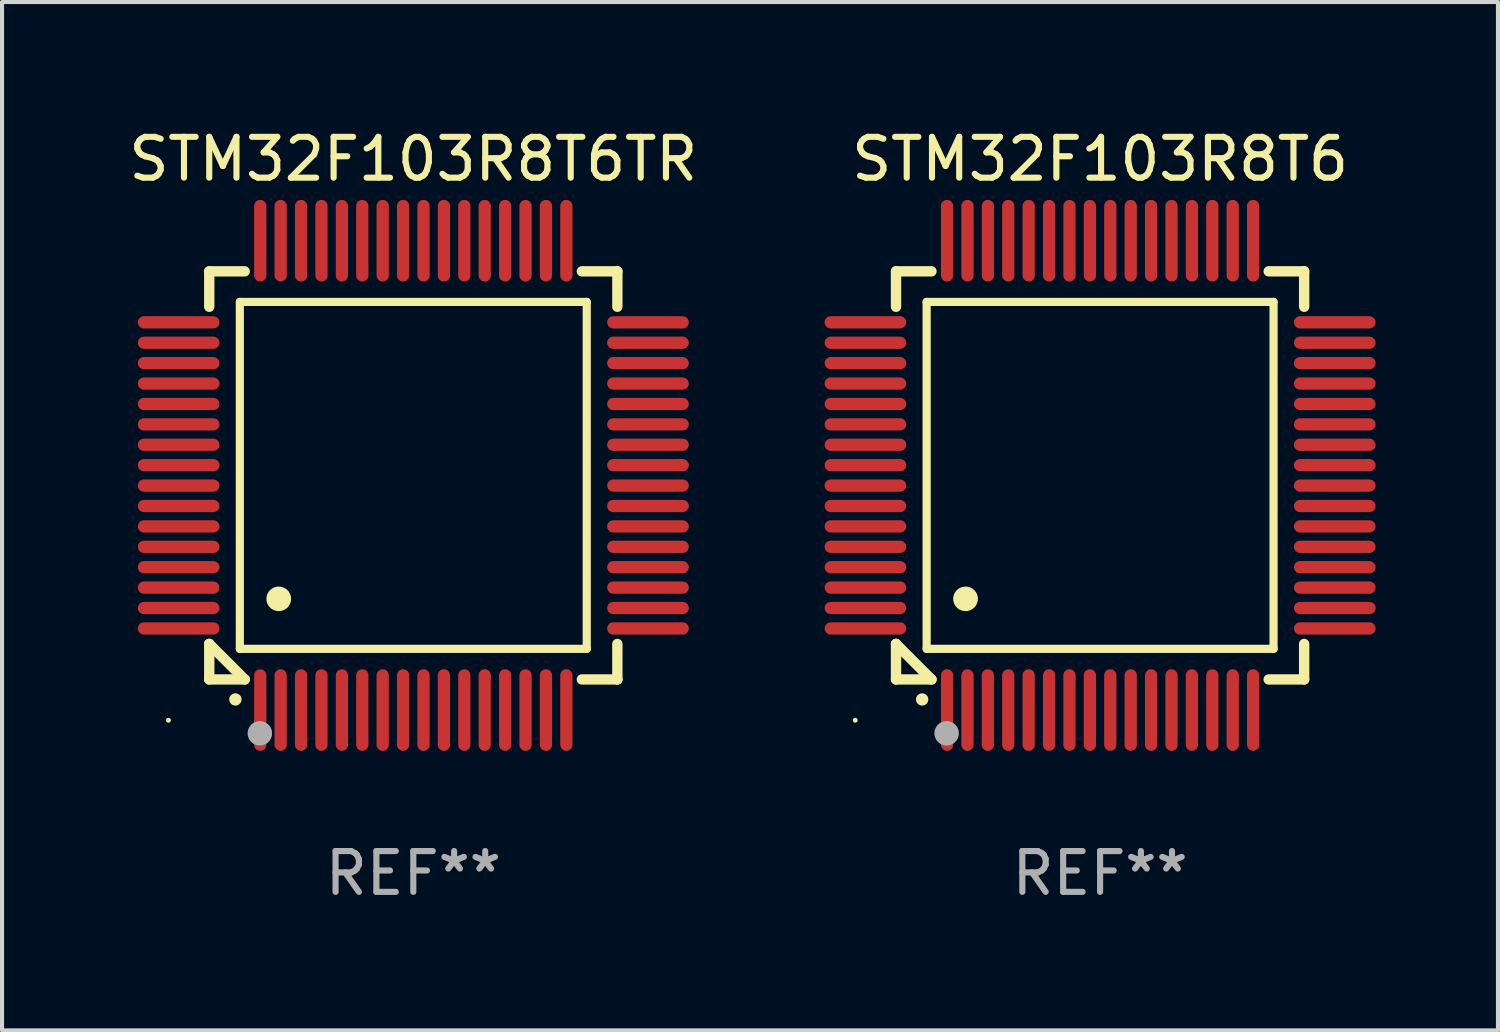
<source format=kicad_pcb>
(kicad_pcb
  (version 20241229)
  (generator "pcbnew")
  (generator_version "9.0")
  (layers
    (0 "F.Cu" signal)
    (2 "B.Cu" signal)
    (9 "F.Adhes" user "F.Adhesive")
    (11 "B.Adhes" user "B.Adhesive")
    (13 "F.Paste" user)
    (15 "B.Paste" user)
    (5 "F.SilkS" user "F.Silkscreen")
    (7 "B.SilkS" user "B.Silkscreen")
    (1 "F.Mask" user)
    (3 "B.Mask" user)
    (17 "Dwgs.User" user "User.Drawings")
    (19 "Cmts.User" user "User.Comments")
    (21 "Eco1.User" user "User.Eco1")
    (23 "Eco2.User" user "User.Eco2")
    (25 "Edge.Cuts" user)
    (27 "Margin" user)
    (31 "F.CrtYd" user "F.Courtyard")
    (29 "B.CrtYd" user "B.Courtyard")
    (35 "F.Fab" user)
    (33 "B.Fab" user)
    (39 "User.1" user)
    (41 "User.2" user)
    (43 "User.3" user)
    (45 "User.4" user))
  (footprint "STM32F103R8T6TR"
    (layer "F.Cu")
    (at 7.077 8.598)
    (property "Reference" "STM32F103R8T6TR" (at 0 -7.75 0) (layer "F.SilkS") (effects (font (size 1 1) (thickness 0.15))))
    (attr through_hole)
    (fp_line (start -5 -5) (end -4.131 -5) (stroke (width 0.254) (type solid)) (layer "F.SilkS"))
    (fp_line (start -5 -4.131) (end -5 -5) (stroke (width 0.254) (type solid)) (layer "F.SilkS"))
    (fp_line (start -5 4.131) (end -5 4.131) (stroke (width 0.254) (type solid)) (layer "F.SilkS"))
    (fp_line (start -5 5) (end -5 4.131) (stroke (width 0.254) (type solid)) (layer "F.SilkS"))
    (fp_line (start -5 4.131) (end -4.131 5) (stroke (width 0.254) (type solid)) (layer "F.SilkS"))
    (fp_line (start -4.25 -4.25) (end -4.25 4.25) (stroke (width 0.2) (type solid)) (layer "F.SilkS"))
    (fp_line (start -4.25 4.25) (end 4.25 4.25) (stroke (width 0.2) (type solid)) (layer "F.SilkS"))
    (fp_line (start -4.131 5) (end -5 5) (stroke (width 0.254) (type solid)) (layer "F.SilkS"))
    (fp_line (start 4.25 -4.25) (end -4.25 -4.25) (stroke (width 0.2) (type solid)) (layer "F.SilkS"))
    (fp_line (start 4.25 4.25) (end 4.25 -4.25) (stroke (width 0.2) (type solid)) (layer "F.SilkS"))
    (fp_line (start 5 -5) (end 4.131 -5) (stroke (width 0.254) (type solid)) (layer "F.SilkS"))
    (fp_line (start 5 -5) (end 5 -4.131) (stroke (width 0.254) (type solid)) (layer "F.SilkS"))
    (fp_line (start 5 4.131) (end 5 5) (stroke (width 0.254) (type solid)) (layer "F.SilkS"))
    (fp_line (start 5 5) (end 4.131 5) (stroke (width 0.254) (type solid)) (layer "F.SilkS"))
    (fp_arc (start -4.361265 5.489992) (mid -4.359995 5.489987) (end -4.358725 5.489992) (stroke (width 0.3) (type solid)) (layer "F.SilkS"))
    (fp_arc (start -3.299467 3.025146) (mid -3.296927 3.025135) (end -3.294387 3.025146) (stroke (width 0.6) (type solid)) (layer "F.SilkS"))
    (fp_circle (center -6 6) (end -5.97 6) (stroke (width 0.06) (type solid)) (fill no) (layer "F.SilkS"))
    (fp_circle (center -3.76 6.32) (end -3.61 6.32) (stroke (width 0.3) (type solid)) (fill no) (layer "F.Fab"))
    (fp_text user "REF**" (at 0 9.75 0) (layer "F.Fab") (effects (font (size 1 1) (thickness 0.15))))
    (pad "1" smd oval (at -3.75 5.75) (size 0.3 2) (layers "F.Cu" "F.Mask" "F.Paste"))
    (pad "2" smd oval (at -3.25 5.75) (size 0.3 2) (layers "F.Cu" "F.Mask" "F.Paste"))
    (pad "3" smd oval (at -2.75 5.75) (size 0.3 2) (layers "F.Cu" "F.Mask" "F.Paste"))
    (pad "4" smd oval (at -2.25 5.75) (size 0.3 2) (layers "F.Cu" "F.Mask" "F.Paste"))
    (pad "5" smd oval (at -1.75 5.75) (size 0.3 2) (layers "F.Cu" "F.Mask" "F.Paste"))
    (pad "6" smd oval (at -1.25 5.75) (size 0.3 2) (layers "F.Cu" "F.Mask" "F.Paste"))
    (pad "7" smd oval (at -0.75 5.75) (size 0.3 2) (layers "F.Cu" "F.Mask" "F.Paste"))
    (pad "8" smd oval (at -0.25 5.75) (size 0.3 2) (layers "F.Cu" "F.Mask" "F.Paste"))
    (pad "9" smd oval (at 0.25 5.75) (size 0.3 2) (layers "F.Cu" "F.Mask" "F.Paste"))
    (pad "10" smd oval (at 0.75 5.75) (size 0.3 2) (layers "F.Cu" "F.Mask" "F.Paste"))
    (pad "11" smd oval (at 1.25 5.75) (size 0.3 2) (layers "F.Cu" "F.Mask" "F.Paste"))
    (pad "12" smd oval (at 1.75 5.75) (size 0.3 2) (layers "F.Cu" "F.Mask" "F.Paste"))
    (pad "13" smd oval (at 2.25 5.75) (size 0.3 2) (layers "F.Cu" "F.Mask" "F.Paste"))
    (pad "14" smd oval (at 2.75 5.75) (size 0.3 2) (layers "F.Cu" "F.Mask" "F.Paste"))
    (pad "15" smd oval (at 3.25 5.75) (size 0.3 2) (layers "F.Cu" "F.Mask" "F.Paste"))
    (pad "16" smd oval (at 3.75 5.75) (size 0.3 2) (layers "F.Cu" "F.Mask" "F.Paste"))
    (pad "17" smd oval (at 5.75 3.75) (size 2 0.3) (layers "F.Cu" "F.Mask" "F.Paste"))
    (pad "18" smd oval (at 5.75 3.25) (size 2 0.3) (layers "F.Cu" "F.Mask" "F.Paste"))
    (pad "19" smd oval (at 5.75 2.75) (size 2 0.3) (layers "F.Cu" "F.Mask" "F.Paste"))
    (pad "20" smd oval (at 5.75 2.25) (size 2 0.3) (layers "F.Cu" "F.Mask" "F.Paste"))
    (pad "21" smd oval (at 5.75 1.75) (size 2 0.3) (layers "F.Cu" "F.Mask" "F.Paste"))
    (pad "22" smd oval (at 5.75 1.25) (size 2 0.3) (layers "F.Cu" "F.Mask" "F.Paste"))
    (pad "23" smd oval (at 5.75 0.75) (size 2 0.3) (layers "F.Cu" "F.Mask" "F.Paste"))
    (pad "24" smd oval (at 5.75 0.25) (size 2 0.3) (layers "F.Cu" "F.Mask" "F.Paste"))
    (pad "25" smd oval (at 5.75 -0.25) (size 2 0.3) (layers "F.Cu" "F.Mask" "F.Paste"))
    (pad "26" smd oval (at 5.75 -0.75) (size 2 0.3) (layers "F.Cu" "F.Mask" "F.Paste"))
    (pad "27" smd oval (at 5.75 -1.25) (size 2 0.3) (layers "F.Cu" "F.Mask" "F.Paste"))
    (pad "28" smd oval (at 5.75 -1.75) (size 2 0.3) (layers "F.Cu" "F.Mask" "F.Paste"))
    (pad "29" smd oval (at 5.75 -2.25) (size 2 0.3) (layers "F.Cu" "F.Mask" "F.Paste"))
    (pad "30" smd oval (at 5.75 -2.75) (size 2 0.3) (layers "F.Cu" "F.Mask" "F.Paste"))
    (pad "31" smd oval (at 5.75 -3.25) (size 2 0.3) (layers "F.Cu" "F.Mask" "F.Paste"))
    (pad "32" smd oval (at 5.75 -3.75) (size 2 0.3) (layers "F.Cu" "F.Mask" "F.Paste"))
    (pad "33" smd oval (at 3.75 -5.75) (size 0.3 2) (layers "F.Cu" "F.Mask" "F.Paste"))
    (pad "34" smd oval (at 3.25 -5.75) (size 0.3 2) (layers "F.Cu" "F.Mask" "F.Paste"))
    (pad "35" smd oval (at 2.75 -5.75) (size 0.3 2) (layers "F.Cu" "F.Mask" "F.Paste"))
    (pad "36" smd oval (at 2.25 -5.75) (size 0.3 2) (layers "F.Cu" "F.Mask" "F.Paste"))
    (pad "37" smd oval (at 1.75 -5.75) (size 0.3 2) (layers "F.Cu" "F.Mask" "F.Paste"))
    (pad "38" smd oval (at 1.25 -5.75) (size 0.3 2) (layers "F.Cu" "F.Mask" "F.Paste"))
    (pad "39" smd oval (at 0.75 -5.75) (size 0.3 2) (layers "F.Cu" "F.Mask" "F.Paste"))
    (pad "40" smd oval (at 0.25 -5.75) (size 0.3 2) (layers "F.Cu" "F.Mask" "F.Paste"))
    (pad "41" smd oval (at -0.25 -5.75) (size 0.3 2) (layers "F.Cu" "F.Mask" "F.Paste"))
    (pad "42" smd oval (at -0.75 -5.75) (size 0.3 2) (layers "F.Cu" "F.Mask" "F.Paste"))
    (pad "43" smd oval (at -1.25 -5.75) (size 0.3 2) (layers "F.Cu" "F.Mask" "F.Paste"))
    (pad "44" smd oval (at -1.75 -5.75) (size 0.3 2) (layers "F.Cu" "F.Mask" "F.Paste"))
    (pad "45" smd oval (at -2.25 -5.75) (size 0.3 2) (layers "F.Cu" "F.Mask" "F.Paste"))
    (pad "46" smd oval (at -2.75 -5.75) (size 0.3 2) (layers "F.Cu" "F.Mask" "F.Paste"))
    (pad "47" smd oval (at -3.25 -5.75) (size 0.3 2) (layers "F.Cu" "F.Mask" "F.Paste"))
    (pad "48" smd oval (at -3.75 -5.75) (size 0.3 2) (layers "F.Cu" "F.Mask" "F.Paste"))
    (pad "49" smd oval (at -5.75 -3.75) (size 2 0.3) (layers "F.Cu" "F.Mask" "F.Paste"))
    (pad "50" smd oval (at -5.75 -3.25) (size 2 0.3) (layers "F.Cu" "F.Mask" "F.Paste"))
    (pad "51" smd oval (at -5.75 -2.75) (size 2 0.3) (layers "F.Cu" "F.Mask" "F.Paste"))
    (pad "52" smd oval (at -5.75 -2.25) (size 2 0.3) (layers "F.Cu" "F.Mask" "F.Paste"))
    (pad "53" smd oval (at -5.75 -1.75) (size 2 0.3) (layers "F.Cu" "F.Mask" "F.Paste"))
    (pad "54" smd oval (at -5.75 -1.25) (size 2 0.3) (layers "F.Cu" "F.Mask" "F.Paste"))
    (pad "55" smd oval (at -5.75 -0.75) (size 2 0.3) (layers "F.Cu" "F.Mask" "F.Paste"))
    (pad "56" smd oval (at -5.75 -0.25) (size 2 0.3) (layers "F.Cu" "F.Mask" "F.Paste"))
    (pad "57" smd oval (at -5.75 0.25) (size 2 0.3) (layers "F.Cu" "F.Mask" "F.Paste"))
    (pad "58" smd oval (at -5.75 0.75) (size 2 0.3) (layers "F.Cu" "F.Mask" "F.Paste"))
    (pad "59" smd oval (at -5.75 1.25) (size 2 0.3) (layers "F.Cu" "F.Mask" "F.Paste"))
    (pad "60" smd oval (at -5.75 1.75) (size 2 0.3) (layers "F.Cu" "F.Mask" "F.Paste"))
    (pad "61" smd oval (at -5.75 2.25) (size 2 0.3) (layers "F.Cu" "F.Mask" "F.Paste"))
    (pad "62" smd oval (at -5.75 2.75) (size 2 0.3) (layers "F.Cu" "F.Mask" "F.Paste"))
    (pad "63" smd oval (at -5.75 3.25) (size 2 0.3) (layers "F.Cu" "F.Mask" "F.Paste"))
    (pad "64" smd oval (at -5.75 3.75) (size 2 0.3) (layers "F.Cu" "F.Mask" "F.Paste")))
  (footprint "STM32F103R8T6"
    (layer "F.Cu")
    (at 23.905 8.598)
    (property "Reference" "STM32F103R8T6" (at 0 -7.75 0) (layer "F.SilkS") (effects (font (size 1 1) (thickness 0.15))))
    (attr through_hole)
    (fp_line (start -5 -5) (end -4.131 -5) (stroke (width 0.254) (type solid)) (layer "F.SilkS"))
    (fp_line (start -5 -4.131) (end -5 -5) (stroke (width 0.254) (type solid)) (layer "F.SilkS"))
    (fp_line (start -5 4.131) (end -5 4.131) (stroke (width 0.254) (type solid)) (layer "F.SilkS"))
    (fp_line (start -5 5) (end -5 4.131) (stroke (width 0.254) (type solid)) (layer "F.SilkS"))
    (fp_line (start -5 4.131) (end -4.131 5) (stroke (width 0.254) (type solid)) (layer "F.SilkS"))
    (fp_line (start -4.25 -4.25) (end -4.25 4.25) (stroke (width 0.2) (type solid)) (layer "F.SilkS"))
    (fp_line (start -4.25 4.25) (end 4.25 4.25) (stroke (width 0.2) (type solid)) (layer "F.SilkS"))
    (fp_line (start -4.131 5) (end -5 5) (stroke (width 0.254) (type solid)) (layer "F.SilkS"))
    (fp_line (start 4.25 -4.25) (end -4.25 -4.25) (stroke (width 0.2) (type solid)) (layer "F.SilkS"))
    (fp_line (start 4.25 4.25) (end 4.25 -4.25) (stroke (width 0.2) (type solid)) (layer "F.SilkS"))
    (fp_line (start 5 -5) (end 4.131 -5) (stroke (width 0.254) (type solid)) (layer "F.SilkS"))
    (fp_line (start 5 -5) (end 5 -4.131) (stroke (width 0.254) (type solid)) (layer "F.SilkS"))
    (fp_line (start 5 4.131) (end 5 5) (stroke (width 0.254) (type solid)) (layer "F.SilkS"))
    (fp_line (start 5 5) (end 4.131 5) (stroke (width 0.254) (type solid)) (layer "F.SilkS"))
    (fp_arc (start -4.361265 5.489992) (mid -4.359995 5.489987) (end -4.358725 5.489992) (stroke (width 0.3) (type solid)) (layer "F.SilkS"))
    (fp_arc (start -3.299467 3.025146) (mid -3.296927 3.025135) (end -3.294387 3.025146) (stroke (width 0.6) (type solid)) (layer "F.SilkS"))
    (fp_circle (center -6 6) (end -5.97 6) (stroke (width 0.06) (type solid)) (fill no) (layer "F.SilkS"))
    (fp_circle (center -3.76 6.32) (end -3.61 6.32) (stroke (width 0.3) (type solid)) (fill no) (layer "F.Fab"))
    (fp_text user "REF**" (at 0 9.75 0) (layer "F.Fab") (effects (font (size 1 1) (thickness 0.15))))
    (pad "1" smd oval (at -3.75 5.75) (size 0.3 2) (layers "F.Cu" "F.Mask" "F.Paste"))
    (pad "2" smd oval (at -3.25 5.75) (size 0.3 2) (layers "F.Cu" "F.Mask" "F.Paste"))
    (pad "3" smd oval (at -2.75 5.75) (size 0.3 2) (layers "F.Cu" "F.Mask" "F.Paste"))
    (pad "4" smd oval (at -2.25 5.75) (size 0.3 2) (layers "F.Cu" "F.Mask" "F.Paste"))
    (pad "5" smd oval (at -1.75 5.75) (size 0.3 2) (layers "F.Cu" "F.Mask" "F.Paste"))
    (pad "6" smd oval (at -1.25 5.75) (size 0.3 2) (layers "F.Cu" "F.Mask" "F.Paste"))
    (pad "7" smd oval (at -0.75 5.75) (size 0.3 2) (layers "F.Cu" "F.Mask" "F.Paste"))
    (pad "8" smd oval (at -0.25 5.75) (size 0.3 2) (layers "F.Cu" "F.Mask" "F.Paste"))
    (pad "9" smd oval (at 0.25 5.75) (size 0.3 2) (layers "F.Cu" "F.Mask" "F.Paste"))
    (pad "10" smd oval (at 0.75 5.75) (size 0.3 2) (layers "F.Cu" "F.Mask" "F.Paste"))
    (pad "11" smd oval (at 1.25 5.75) (size 0.3 2) (layers "F.Cu" "F.Mask" "F.Paste"))
    (pad "12" smd oval (at 1.75 5.75) (size 0.3 2) (layers "F.Cu" "F.Mask" "F.Paste"))
    (pad "13" smd oval (at 2.25 5.75) (size 0.3 2) (layers "F.Cu" "F.Mask" "F.Paste"))
    (pad "14" smd oval (at 2.75 5.75) (size 0.3 2) (layers "F.Cu" "F.Mask" "F.Paste"))
    (pad "15" smd oval (at 3.25 5.75) (size 0.3 2) (layers "F.Cu" "F.Mask" "F.Paste"))
    (pad "16" smd oval (at 3.75 5.75) (size 0.3 2) (layers "F.Cu" "F.Mask" "F.Paste"))
    (pad "17" smd oval (at 5.75 3.75) (size 2 0.3) (layers "F.Cu" "F.Mask" "F.Paste"))
    (pad "18" smd oval (at 5.75 3.25) (size 2 0.3) (layers "F.Cu" "F.Mask" "F.Paste"))
    (pad "19" smd oval (at 5.75 2.75) (size 2 0.3) (layers "F.Cu" "F.Mask" "F.Paste"))
    (pad "20" smd oval (at 5.75 2.25) (size 2 0.3) (layers "F.Cu" "F.Mask" "F.Paste"))
    (pad "21" smd oval (at 5.75 1.75) (size 2 0.3) (layers "F.Cu" "F.Mask" "F.Paste"))
    (pad "22" smd oval (at 5.75 1.25) (size 2 0.3) (layers "F.Cu" "F.Mask" "F.Paste"))
    (pad "23" smd oval (at 5.75 0.75) (size 2 0.3) (layers "F.Cu" "F.Mask" "F.Paste"))
    (pad "24" smd oval (at 5.75 0.25) (size 2 0.3) (layers "F.Cu" "F.Mask" "F.Paste"))
    (pad "25" smd oval (at 5.75 -0.25) (size 2 0.3) (layers "F.Cu" "F.Mask" "F.Paste"))
    (pad "26" smd oval (at 5.75 -0.75) (size 2 0.3) (layers "F.Cu" "F.Mask" "F.Paste"))
    (pad "27" smd oval (at 5.75 -1.25) (size 2 0.3) (layers "F.Cu" "F.Mask" "F.Paste"))
    (pad "28" smd oval (at 5.75 -1.75) (size 2 0.3) (layers "F.Cu" "F.Mask" "F.Paste"))
    (pad "29" smd oval (at 5.75 -2.25) (size 2 0.3) (layers "F.Cu" "F.Mask" "F.Paste"))
    (pad "30" smd oval (at 5.75 -2.75) (size 2 0.3) (layers "F.Cu" "F.Mask" "F.Paste"))
    (pad "31" smd oval (at 5.75 -3.25) (size 2 0.3) (layers "F.Cu" "F.Mask" "F.Paste"))
    (pad "32" smd oval (at 5.75 -3.75) (size 2 0.3) (layers "F.Cu" "F.Mask" "F.Paste"))
    (pad "33" smd oval (at 3.75 -5.75) (size 0.3 2) (layers "F.Cu" "F.Mask" "F.Paste"))
    (pad "34" smd oval (at 3.25 -5.75) (size 0.3 2) (layers "F.Cu" "F.Mask" "F.Paste"))
    (pad "35" smd oval (at 2.75 -5.75) (size 0.3 2) (layers "F.Cu" "F.Mask" "F.Paste"))
    (pad "36" smd oval (at 2.25 -5.75) (size 0.3 2) (layers "F.Cu" "F.Mask" "F.Paste"))
    (pad "37" smd oval (at 1.75 -5.75) (size 0.3 2) (layers "F.Cu" "F.Mask" "F.Paste"))
    (pad "38" smd oval (at 1.25 -5.75) (size 0.3 2) (layers "F.Cu" "F.Mask" "F.Paste"))
    (pad "39" smd oval (at 0.75 -5.75) (size 0.3 2) (layers "F.Cu" "F.Mask" "F.Paste"))
    (pad "40" smd oval (at 0.25 -5.75) (size 0.3 2) (layers "F.Cu" "F.Mask" "F.Paste"))
    (pad "41" smd oval (at -0.25 -5.75) (size 0.3 2) (layers "F.Cu" "F.Mask" "F.Paste"))
    (pad "42" smd oval (at -0.75 -5.75) (size 0.3 2) (layers "F.Cu" "F.Mask" "F.Paste"))
    (pad "43" smd oval (at -1.25 -5.75) (size 0.3 2) (layers "F.Cu" "F.Mask" "F.Paste"))
    (pad "44" smd oval (at -1.75 -5.75) (size 0.3 2) (layers "F.Cu" "F.Mask" "F.Paste"))
    (pad "45" smd oval (at -2.25 -5.75) (size 0.3 2) (layers "F.Cu" "F.Mask" "F.Paste"))
    (pad "46" smd oval (at -2.75 -5.75) (size 0.3 2) (layers "F.Cu" "F.Mask" "F.Paste"))
    (pad "47" smd oval (at -3.25 -5.75) (size 0.3 2) (layers "F.Cu" "F.Mask" "F.Paste"))
    (pad "48" smd oval (at -3.75 -5.75) (size 0.3 2) (layers "F.Cu" "F.Mask" "F.Paste"))
    (pad "49" smd oval (at -5.75 -3.75) (size 2 0.3) (layers "F.Cu" "F.Mask" "F.Paste"))
    (pad "50" smd oval (at -5.75 -3.25) (size 2 0.3) (layers "F.Cu" "F.Mask" "F.Paste"))
    (pad "51" smd oval (at -5.75 -2.75) (size 2 0.3) (layers "F.Cu" "F.Mask" "F.Paste"))
    (pad "52" smd oval (at -5.75 -2.25) (size 2 0.3) (layers "F.Cu" "F.Mask" "F.Paste"))
    (pad "53" smd oval (at -5.75 -1.75) (size 2 0.3) (layers "F.Cu" "F.Mask" "F.Paste"))
    (pad "54" smd oval (at -5.75 -1.25) (size 2 0.3) (layers "F.Cu" "F.Mask" "F.Paste"))
    (pad "55" smd oval (at -5.75 -0.75) (size 2 0.3) (layers "F.Cu" "F.Mask" "F.Paste"))
    (pad "56" smd oval (at -5.75 -0.25) (size 2 0.3) (layers "F.Cu" "F.Mask" "F.Paste"))
    (pad "57" smd oval (at -5.75 0.25) (size 2 0.3) (layers "F.Cu" "F.Mask" "F.Paste"))
    (pad "58" smd oval (at -5.75 0.75) (size 2 0.3) (layers "F.Cu" "F.Mask" "F.Paste"))
    (pad "59" smd oval (at -5.75 1.25) (size 2 0.3) (layers "F.Cu" "F.Mask" "F.Paste"))
    (pad "60" smd oval (at -5.75 1.75) (size 2 0.3) (layers "F.Cu" "F.Mask" "F.Paste"))
    (pad "61" smd oval (at -5.75 2.25) (size 2 0.3) (layers "F.Cu" "F.Mask" "F.Paste"))
    (pad "62" smd oval (at -5.75 2.75) (size 2 0.3) (layers "F.Cu" "F.Mask" "F.Paste"))
    (pad "63" smd oval (at -5.75 3.25) (size 2 0.3) (layers "F.Cu" "F.Mask" "F.Paste"))
    (pad "64" smd oval (at -5.75 3.75) (size 2 0.3) (layers "F.Cu" "F.Mask" "F.Paste")))
  (gr_rect
    (start -3 -3)
    (end 33.654 22.196)
    (stroke (width 0.1) (type default))
    (fill no)
    (layer "Edge.Cuts")))
</source>
